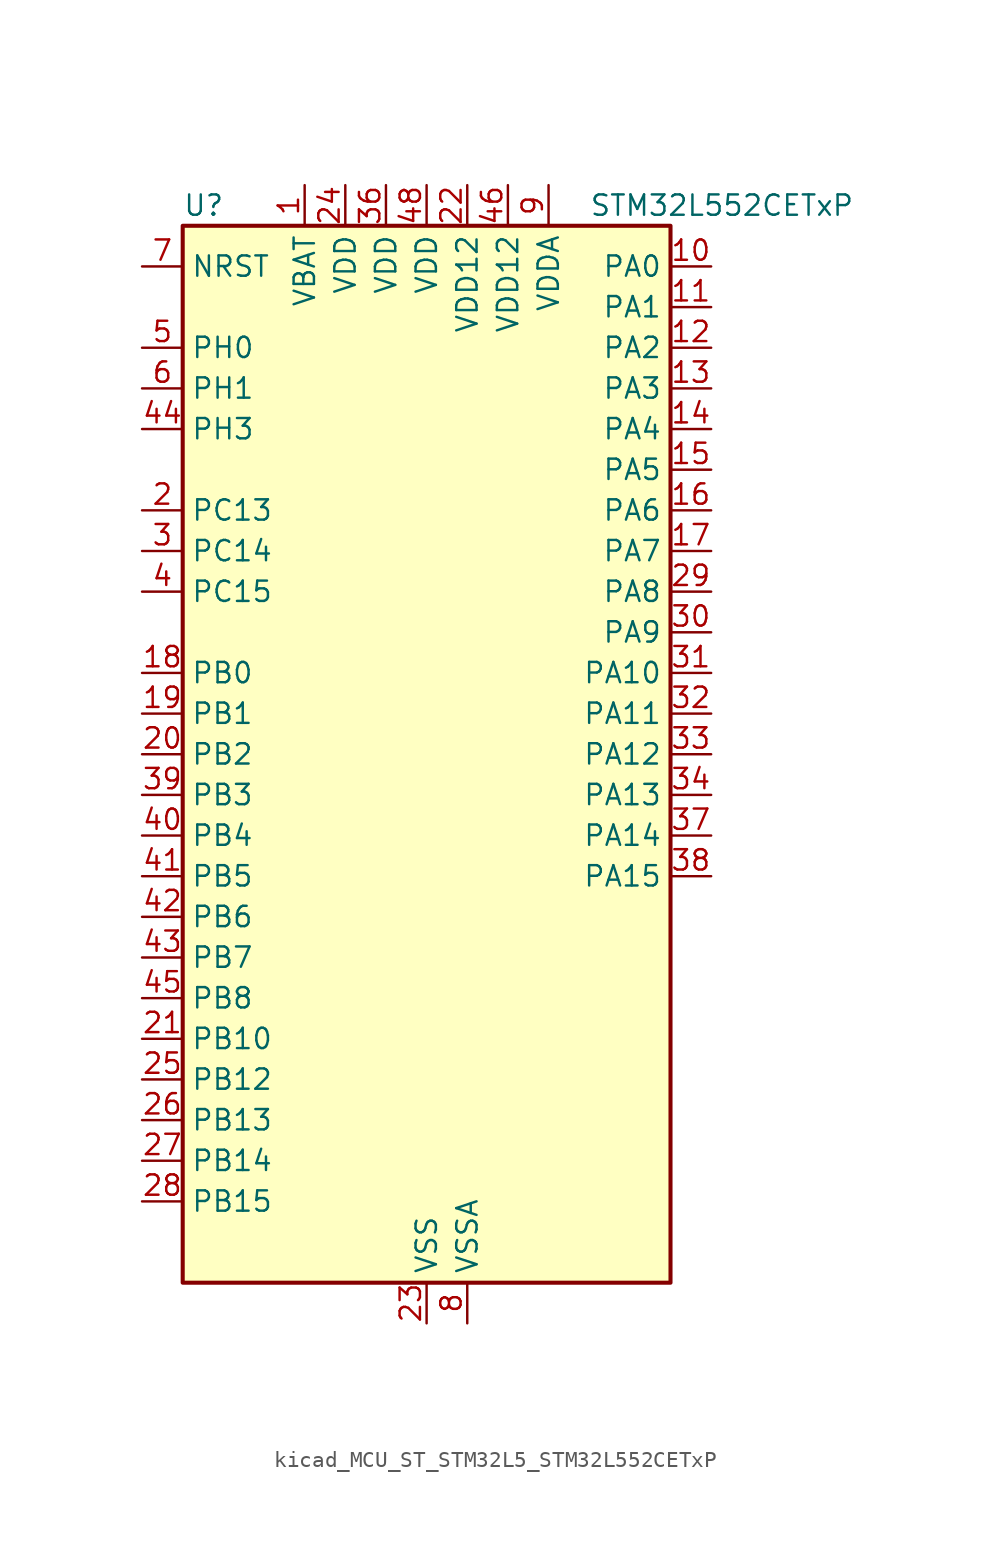
<source format=kicad_sym>
(kicad_symbol_lib
  (version 20220914)
  (generator kicad_symbol_editor)
  (symbol "kicad_MCU_ST_STM32L5_STM32L552CETxP"
    (property "Reference" "U"
      (at -15.24 34.29 0)
      (effects (font (size 1.27 1.27)) (justify left)))
    (property "Value" "STM32L552CETxP"
      (at 10.16 34.29 0)
      (effects (font (size 1.27 1.27)) (justify left)))
    (property "ki_locked" ""
      (at 0 0 0)
      (effects (font (size 1.27 1.27))))
    (symbol "kicad_MCU_ST_STM32L5_STM32L552CETxP_0_1"
      (rectangle (start -15.24 -33.02) (end 15.24 33.02) (stroke (width 0.254) (type default)) (fill (type background))))
    (symbol "kicad_MCU_ST_STM32L5_STM32L552CETxP_1_1"
      (pin power_in line (at -7.62 35.56 270) (length 2.54) (name "VBAT" (effects (font (size 1.27 1.27)))) (number "1" (effects (font (size 1.27 1.27)))))
      (pin bidirectional line (at 17.78 30.48 180) (length 2.54) (name "PA0" (effects (font (size 1.27 1.27)))) (number "10" (effects (font (size 1.27 1.27)))) (alternate "ADC1_IN5" bidirectional line) (alternate "ADC2_IN5" bidirectional line) (alternate "OPAMP1_VINP" bidirectional line) (alternate "PWR_WKUP1" bidirectional line) (alternate "SAI1_EXTCLK" bidirectional line) (alternate "TAMP_IN2" bidirectional line) (alternate "TAMP_OUT1" bidirectional line) (alternate "TIM2_CH1" bidirectional line) (alternate "TIM2_ETR" bidirectional line) (alternate "TIM5_CH1" bidirectional line) (alternate "TIM8_ETR" bidirectional line) (alternate "UART4_TX" bidirectional line) (alternate "USART2_CTS" bidirectional line) (alternate "USART2_NSS" bidirectional line))
      (pin bidirectional line (at 17.78 27.94 180) (length 2.54) (name "PA1" (effects (font (size 1.27 1.27)))) (number "11" (effects (font (size 1.27 1.27)))) (alternate "ADC1_IN6" bidirectional line) (alternate "ADC2_IN6" bidirectional line) (alternate "I2C1_SMBA" bidirectional line) (alternate "OCTOSPI1_DQS" bidirectional line) (alternate "OPAMP1_VINM" bidirectional line) (alternate "SPI1_SCK" bidirectional line) (alternate "TAMP_IN5" bidirectional line) (alternate "TAMP_OUT4" bidirectional line) (alternate "TIM15_CH1N" bidirectional line) (alternate "TIM2_CH2" bidirectional line) (alternate "TIM5_CH2" bidirectional line) (alternate "UART4_RX" bidirectional line) (alternate "USART2_DE" bidirectional line) (alternate "USART2_RTS" bidirectional line))
      (pin bidirectional line (at 17.78 25.4 180) (length 2.54) (name "PA2" (effects (font (size 1.27 1.27)))) (number "12" (effects (font (size 1.27 1.27)))) (alternate "ADC1_IN7" bidirectional line) (alternate "ADC2_IN7" bidirectional line) (alternate "COMP1_INP" bidirectional line) (alternate "LPUART1_TX" bidirectional line) (alternate "OCTOSPI1_NCS" bidirectional line) (alternate "PWR_WKUP4" bidirectional line) (alternate "RCC_LSCO" bidirectional line) (alternate "SAI2_EXTCLK" bidirectional line) (alternate "TIM15_CH1" bidirectional line) (alternate "TIM2_CH3" bidirectional line) (alternate "TIM5_CH3" bidirectional line) (alternate "UCPD1_FRSTX1" bidirectional line) (alternate "USART2_TX" bidirectional line))
      (pin bidirectional line (at 17.78 22.86 180) (length 2.54) (name "PA3" (effects (font (size 1.27 1.27)))) (number "13" (effects (font (size 1.27 1.27)))) (alternate "ADC1_IN8" bidirectional line) (alternate "ADC2_IN8" bidirectional line) (alternate "LPUART1_RX" bidirectional line) (alternate "OCTOSPI1_CLK" bidirectional line) (alternate "OPAMP1_VOUT" bidirectional line) (alternate "SAI1_CK1" bidirectional line) (alternate "SAI1_MCLK_A" bidirectional line) (alternate "TIM15_CH2" bidirectional line) (alternate "TIM2_CH4" bidirectional line) (alternate "TIM5_CH4" bidirectional line) (alternate "USART2_RX" bidirectional line))
      (pin bidirectional line (at 17.78 20.32 180) (length 2.54) (name "PA4" (effects (font (size 1.27 1.27)))) (number "14" (effects (font (size 1.27 1.27)))) (alternate "ADC1_IN9" bidirectional line) (alternate "ADC2_IN9" bidirectional line) (alternate "DAC1_OUT1" bidirectional line) (alternate "LPTIM2_OUT" bidirectional line) (alternate "OCTOSPI1_NCS" bidirectional line) (alternate "SAI1_FS_B" bidirectional line) (alternate "SPI1_NSS" bidirectional line) (alternate "SPI3_NSS" bidirectional line) (alternate "USART2_CK" bidirectional line))
      (pin bidirectional line (at 17.78 17.78 180) (length 2.54) (name "PA5" (effects (font (size 1.27 1.27)))) (number "15" (effects (font (size 1.27 1.27)))) (alternate "ADC1_IN10" bidirectional line) (alternate "ADC2_IN10" bidirectional line) (alternate "DAC1_OUT2" bidirectional line) (alternate "LPTIM2_ETR" bidirectional line) (alternate "SPI1_SCK" bidirectional line) (alternate "TIM2_CH1" bidirectional line) (alternate "TIM2_ETR" bidirectional line) (alternate "TIM8_CH1N" bidirectional line))
      (pin bidirectional line (at 17.78 15.24 180) (length 2.54) (name "PA6" (effects (font (size 1.27 1.27)))) (number "16" (effects (font (size 1.27 1.27)))) (alternate "ADC1_IN11" bidirectional line) (alternate "ADC2_IN11" bidirectional line) (alternate "LPUART1_CTS" bidirectional line) (alternate "OCTOSPI1_IO3" bidirectional line) (alternate "OPAMP2_VINP" bidirectional line) (alternate "SPI1_MISO" bidirectional line) (alternate "TIM16_CH1" bidirectional line) (alternate "TIM1_BKIN" bidirectional line) (alternate "TIM3_CH1" bidirectional line) (alternate "TIM8_BKIN" bidirectional line) (alternate "USART3_CTS" bidirectional line) (alternate "USART3_NSS" bidirectional line))
      (pin bidirectional line (at 17.78 12.7 180) (length 2.54) (name "PA7" (effects (font (size 1.27 1.27)))) (number "17" (effects (font (size 1.27 1.27)))) (alternate "ADC1_IN12" bidirectional line) (alternate "ADC2_IN12" bidirectional line) (alternate "I2C3_SCL" bidirectional line) (alternate "OCTOSPI1_IO2" bidirectional line) (alternate "OPAMP2_VINM" bidirectional line) (alternate "SPI1_MOSI" bidirectional line) (alternate "TIM17_CH1" bidirectional line) (alternate "TIM1_CH1N" bidirectional line) (alternate "TIM3_CH2" bidirectional line) (alternate "TIM8_CH1N" bidirectional line))
      (pin bidirectional line (at -17.78 5.08 0) (length 2.54) (name "PB0" (effects (font (size 1.27 1.27)))) (number "18" (effects (font (size 1.27 1.27)))) (alternate "ADC1_IN15" bidirectional line) (alternate "ADC2_IN15" bidirectional line) (alternate "COMP1_OUT" bidirectional line) (alternate "OCTOSPI1_IO1" bidirectional line) (alternate "OPAMP2_VOUT" bidirectional line) (alternate "SAI1_EXTCLK" bidirectional line) (alternate "SPI1_NSS" bidirectional line) (alternate "TIM1_CH2N" bidirectional line) (alternate "TIM3_CH3" bidirectional line) (alternate "TIM8_CH2N" bidirectional line) (alternate "USART3_CK" bidirectional line))
      (pin bidirectional line (at -17.78 2.54 0) (length 2.54) (name "PB1" (effects (font (size 1.27 1.27)))) (number "19" (effects (font (size 1.27 1.27)))) (alternate "ADC1_IN16" bidirectional line) (alternate "ADC2_IN16" bidirectional line) (alternate "COMP1_INM" bidirectional line) (alternate "DFSDM1_DATIN0" bidirectional line) (alternate "LPTIM2_IN1" bidirectional line) (alternate "LPUART1_DE" bidirectional line) (alternate "LPUART1_RTS" bidirectional line) (alternate "OCTOSPI1_IO0" bidirectional line) (alternate "TIM1_CH3N" bidirectional line) (alternate "TIM3_CH4" bidirectional line) (alternate "TIM8_CH3N" bidirectional line) (alternate "USART3_DE" bidirectional line) (alternate "USART3_RTS" bidirectional line))
      (pin bidirectional line (at -17.78 15.24 0) (length 2.54) (name "PC13" (effects (font (size 1.27 1.27)))) (number "2" (effects (font (size 1.27 1.27)))) (alternate "PWR_WKUP2" bidirectional line) (alternate "RTC_OUT1" bidirectional line) (alternate "RTC_TS" bidirectional line) (alternate "TAMP_IN1" bidirectional line) (alternate "TAMP_OUT2" bidirectional line))
      (pin bidirectional line (at -17.78 0 0) (length 2.54) (name "PB2" (effects (font (size 1.27 1.27)))) (number "20" (effects (font (size 1.27 1.27)))) (alternate "COMP1_INP" bidirectional line) (alternate "DFSDM1_CKIN0" bidirectional line) (alternate "I2C3_SMBA" bidirectional line) (alternate "LPTIM1_OUT" bidirectional line) (alternate "OCTOSPI1_DQS" bidirectional line) (alternate "RTC_OUT2" bidirectional line) (alternate "UCPD1_FRSTX1" bidirectional line))
      (pin bidirectional line (at -17.78 -17.78 0) (length 2.54) (name "PB10" (effects (font (size 1.27 1.27)))) (number "21" (effects (font (size 1.27 1.27)))) (alternate "COMP1_OUT" bidirectional line) (alternate "I2C2_SCL" bidirectional line) (alternate "I2C4_SCL" bidirectional line) (alternate "LPTIM3_OUT" bidirectional line) (alternate "LPUART1_RX" bidirectional line) (alternate "OCTOSPI1_CLK" bidirectional line) (alternate "SAI1_SCK_A" bidirectional line) (alternate "SPI2_SCK" bidirectional line) (alternate "TIM2_CH3" bidirectional line) (alternate "TSC_SYNC" bidirectional line) (alternate "USART3_TX" bidirectional line))
      (pin power_in line (at 2.54 35.56 270) (length 2.54) (name "VDD12" (effects (font (size 1.27 1.27)))) (number "22" (effects (font (size 1.27 1.27)))))
      (pin power_in line (at 0 -35.56 90) (length 2.54) (name "VSS" (effects (font (size 1.27 1.27)))) (number "23" (effects (font (size 1.27 1.27)))))
      (pin power_in line (at -5.08 35.56 270) (length 2.54) (name "VDD" (effects (font (size 1.27 1.27)))) (number "24" (effects (font (size 1.27 1.27)))))
      (pin bidirectional line (at -17.78 -20.32 0) (length 2.54) (name "PB12" (effects (font (size 1.27 1.27)))) (number "25" (effects (font (size 1.27 1.27)))) (alternate "DFSDM1_DATIN1" bidirectional line) (alternate "I2C2_SMBA" bidirectional line) (alternate "LPUART1_DE" bidirectional line) (alternate "LPUART1_RTS" bidirectional line) (alternate "OCTOSPI1_NCLK" bidirectional line) (alternate "SAI2_FS_A" bidirectional line) (alternate "SPI2_NSS" bidirectional line) (alternate "TIM15_BKIN" bidirectional line) (alternate "TIM1_BKIN" bidirectional line) (alternate "TSC_G1_IO1" bidirectional line) (alternate "USART3_CK" bidirectional line))
      (pin bidirectional line (at -17.78 -22.86 0) (length 2.54) (name "PB13" (effects (font (size 1.27 1.27)))) (number "26" (effects (font (size 1.27 1.27)))) (alternate "DFSDM1_CKIN1" bidirectional line) (alternate "I2C2_SCL" bidirectional line) (alternate "LPTIM3_IN1" bidirectional line) (alternate "LPUART1_CTS" bidirectional line) (alternate "SAI2_SCK_A" bidirectional line) (alternate "SPI2_SCK" bidirectional line) (alternate "TIM15_CH1N" bidirectional line) (alternate "TIM1_CH1N" bidirectional line) (alternate "TSC_G1_IO2" bidirectional line) (alternate "UCPD1_FRSTX2" bidirectional line) (alternate "USART3_CTS" bidirectional line) (alternate "USART3_NSS" bidirectional line))
      (pin bidirectional line (at -17.78 -25.4 0) (length 2.54) (name "PB14" (effects (font (size 1.27 1.27)))) (number "27" (effects (font (size 1.27 1.27)))) (alternate "DFSDM1_DATIN2" bidirectional line) (alternate "I2C2_SDA" bidirectional line) (alternate "LPTIM3_ETR" bidirectional line) (alternate "SAI2_MCLK_A" bidirectional line) (alternate "SPI2_MISO" bidirectional line) (alternate "TIM15_CH1" bidirectional line) (alternate "TIM1_CH2N" bidirectional line) (alternate "TIM8_CH2N" bidirectional line) (alternate "TSC_G1_IO3" bidirectional line) (alternate "UCPD1_DBCC2" bidirectional line) (alternate "USART3_DE" bidirectional line) (alternate "USART3_RTS" bidirectional line))
      (pin bidirectional line (at -17.78 -27.94 0) (length 2.54) (name "PB15" (effects (font (size 1.27 1.27)))) (number "28" (effects (font (size 1.27 1.27)))) (alternate "ADC1_EXTI15" bidirectional line) (alternate "ADC2_EXTI15" bidirectional line) (alternate "DFSDM1_CKIN2" bidirectional line) (alternate "RTC_REFIN" bidirectional line) (alternate "SAI2_SD_A" bidirectional line) (alternate "SPI2_MOSI" bidirectional line) (alternate "TIM15_CH2" bidirectional line) (alternate "TIM1_CH3N" bidirectional line) (alternate "TIM8_CH3N" bidirectional line) (alternate "UCPD1_CC2" bidirectional line))
      (pin bidirectional line (at 17.78 10.16 180) (length 2.54) (name "PA8" (effects (font (size 1.27 1.27)))) (number "29" (effects (font (size 1.27 1.27)))) (alternate "LPTIM2_OUT" bidirectional line) (alternate "RCC_MCO" bidirectional line) (alternate "SAI1_CK2" bidirectional line) (alternate "SAI1_SCK_A" bidirectional line) (alternate "TIM1_CH1" bidirectional line) (alternate "USART1_CK" bidirectional line))
      (pin bidirectional line (at -17.78 12.7 0) (length 2.54) (name "PC14" (effects (font (size 1.27 1.27)))) (number "3" (effects (font (size 1.27 1.27)))) (alternate "RCC_OSC32_IN" bidirectional line))
      (pin bidirectional line (at 17.78 7.62 180) (length 2.54) (name "PA9" (effects (font (size 1.27 1.27)))) (number "30" (effects (font (size 1.27 1.27)))) (alternate "DAC1_EXTI9" bidirectional line) (alternate "SAI1_FS_A" bidirectional line) (alternate "SPI2_SCK" bidirectional line) (alternate "TIM15_BKIN" bidirectional line) (alternate "TIM1_CH2" bidirectional line) (alternate "USART1_TX" bidirectional line))
      (pin bidirectional line (at 17.78 5.08 180) (length 2.54) (name "PA10" (effects (font (size 1.27 1.27)))) (number "31" (effects (font (size 1.27 1.27)))) (alternate "CRS_SYNC" bidirectional line) (alternate "SAI1_D1" bidirectional line) (alternate "SAI1_SD_A" bidirectional line) (alternate "TIM17_BKIN" bidirectional line) (alternate "TIM1_CH3" bidirectional line) (alternate "USART1_RX" bidirectional line))
      (pin bidirectional line (at 17.78 2.54 180) (length 2.54) (name "PA11" (effects (font (size 1.27 1.27)))) (number "32" (effects (font (size 1.27 1.27)))) (alternate "ADC1_EXTI11" bidirectional line) (alternate "ADC2_EXTI11" bidirectional line) (alternate "FDCAN1_RX" bidirectional line) (alternate "SPI1_MISO" bidirectional line) (alternate "TIM1_BKIN2" bidirectional line) (alternate "TIM1_CH4" bidirectional line) (alternate "USART1_CTS" bidirectional line) (alternate "USART1_NSS" bidirectional line) (alternate "USB_DM" bidirectional line))
      (pin bidirectional line (at 17.78 0 180) (length 2.54) (name "PA12" (effects (font (size 1.27 1.27)))) (number "33" (effects (font (size 1.27 1.27)))) (alternate "FDCAN1_TX" bidirectional line) (alternate "SPI1_MOSI" bidirectional line) (alternate "TIM1_ETR" bidirectional line) (alternate "USART1_DE" bidirectional line) (alternate "USART1_RTS" bidirectional line) (alternate "USB_DP" bidirectional line))
      (pin bidirectional line (at 17.78 -2.54 180) (length 2.54) (name "PA13" (effects (font (size 1.27 1.27)))) (number "34" (effects (font (size 1.27 1.27)))) (alternate "DEBUG_JTMS-SWDIO" bidirectional line) (alternate "IR_OUT" bidirectional line) (alternate "SAI1_SD_B" bidirectional line) (alternate "USB_NOE" bidirectional line))
      (pin passive line (at 0 -35.56 90) (length 2.54) hide (name "VSS" (effects (font (size 1.27 1.27)))) (number "35" (effects (font (size 1.27 1.27)))))
      (pin power_in line (at -2.54 35.56 270) (length 2.54) (name "VDD" (effects (font (size 1.27 1.27)))) (number "36" (effects (font (size 1.27 1.27)))))
      (pin bidirectional line (at 17.78 -5.08 180) (length 2.54) (name "PA14" (effects (font (size 1.27 1.27)))) (number "37" (effects (font (size 1.27 1.27)))) (alternate "DEBUG_JTCK-SWCLK" bidirectional line) (alternate "I2C1_SMBA" bidirectional line) (alternate "I2C4_SMBA" bidirectional line) (alternate "LPTIM1_OUT" bidirectional line) (alternate "SAI1_FS_B" bidirectional line))
      (pin bidirectional line (at 17.78 -7.62 180) (length 2.54) (name "PA15" (effects (font (size 1.27 1.27)))) (number "38" (effects (font (size 1.27 1.27)))) (alternate "ADC1_EXTI15" bidirectional line) (alternate "ADC2_EXTI15" bidirectional line) (alternate "DEBUG_JTDI" bidirectional line) (alternate "SAI2_FS_B" bidirectional line) (alternate "SPI1_NSS" bidirectional line) (alternate "SPI3_NSS" bidirectional line) (alternate "TIM2_CH1" bidirectional line) (alternate "TIM2_ETR" bidirectional line) (alternate "UART4_DE" bidirectional line) (alternate "UART4_RTS" bidirectional line) (alternate "UCPD1_CC1" bidirectional line) (alternate "USART2_RX" bidirectional line) (alternate "USART3_DE" bidirectional line) (alternate "USART3_RTS" bidirectional line))
      (pin bidirectional line (at -17.78 -2.54 0) (length 2.54) (name "PB3" (effects (font (size 1.27 1.27)))) (number "39" (effects (font (size 1.27 1.27)))) (alternate "COMP2_INM" bidirectional line) (alternate "CRS_SYNC" bidirectional line) (alternate "DEBUG_JTDO-SWO" bidirectional line) (alternate "SAI1_SCK_B" bidirectional line) (alternate "SPI1_SCK" bidirectional line) (alternate "SPI3_SCK" bidirectional line) (alternate "TIM2_CH2" bidirectional line) (alternate "USART1_DE" bidirectional line) (alternate "USART1_RTS" bidirectional line))
      (pin bidirectional line (at -17.78 10.16 0) (length 2.54) (name "PC15" (effects (font (size 1.27 1.27)))) (number "4" (effects (font (size 1.27 1.27)))) (alternate "ADC1_EXTI15" bidirectional line) (alternate "ADC2_EXTI15" bidirectional line) (alternate "RCC_OSC32_OUT" bidirectional line))
      (pin bidirectional line (at -17.78 -5.08 0) (length 2.54) (name "PB4" (effects (font (size 1.27 1.27)))) (number "40" (effects (font (size 1.27 1.27)))) (alternate "COMP2_INP" bidirectional line) (alternate "DEBUG_JTRST" bidirectional line) (alternate "I2C3_SDA" bidirectional line) (alternate "SAI1_MCLK_B" bidirectional line) (alternate "SPI1_MISO" bidirectional line) (alternate "SPI3_MISO" bidirectional line) (alternate "TIM17_BKIN" bidirectional line) (alternate "TIM3_CH1" bidirectional line) (alternate "TSC_G2_IO1" bidirectional line) (alternate "USART1_CTS" bidirectional line) (alternate "USART1_NSS" bidirectional line))
      (pin bidirectional line (at -17.78 -7.62 0) (length 2.54) (name "PB5" (effects (font (size 1.27 1.27)))) (number "41" (effects (font (size 1.27 1.27)))) (alternate "COMP2_OUT" bidirectional line) (alternate "I2C1_SMBA" bidirectional line) (alternate "LPTIM1_IN1" bidirectional line) (alternate "OCTOSPI1_NCLK" bidirectional line) (alternate "SAI1_SD_B" bidirectional line) (alternate "SPI1_MOSI" bidirectional line) (alternate "SPI3_MOSI" bidirectional line) (alternate "TIM16_BKIN" bidirectional line) (alternate "TIM3_CH2" bidirectional line) (alternate "TSC_G2_IO2" bidirectional line) (alternate "UCPD1_DBCC1" bidirectional line) (alternate "USART1_CK" bidirectional line))
      (pin bidirectional line (at -17.78 -10.16 0) (length 2.54) (name "PB6" (effects (font (size 1.27 1.27)))) (number "42" (effects (font (size 1.27 1.27)))) (alternate "COMP2_INP" bidirectional line) (alternate "I2C1_SCL" bidirectional line) (alternate "I2C4_SCL" bidirectional line) (alternate "LPTIM1_ETR" bidirectional line) (alternate "SAI1_FS_B" bidirectional line) (alternate "TIM16_CH1N" bidirectional line) (alternate "TIM4_CH1" bidirectional line) (alternate "TIM8_BKIN2" bidirectional line) (alternate "TSC_G2_IO3" bidirectional line) (alternate "USART1_TX" bidirectional line))
      (pin bidirectional line (at -17.78 -12.7 0) (length 2.54) (name "PB7" (effects (font (size 1.27 1.27)))) (number "43" (effects (font (size 1.27 1.27)))) (alternate "COMP2_INM" bidirectional line) (alternate "I2C1_SDA" bidirectional line) (alternate "I2C4_SDA" bidirectional line) (alternate "LPTIM1_IN2" bidirectional line) (alternate "PWR_PVD_IN" bidirectional line) (alternate "TIM17_CH1N" bidirectional line) (alternate "TIM4_CH2" bidirectional line) (alternate "TIM8_BKIN" bidirectional line) (alternate "TSC_G2_IO4" bidirectional line) (alternate "UART4_CTS" bidirectional line) (alternate "USART1_RX" bidirectional line))
      (pin bidirectional line (at -17.78 20.32 0) (length 2.54) (name "PH3" (effects (font (size 1.27 1.27)))) (number "44" (effects (font (size 1.27 1.27)))))
      (pin bidirectional line (at -17.78 -15.24 0) (length 2.54) (name "PB8" (effects (font (size 1.27 1.27)))) (number "45" (effects (font (size 1.27 1.27)))) (alternate "DFSDM1_CKOUT" bidirectional line) (alternate "FDCAN1_RX" bidirectional line) (alternate "I2C1_SCL" bidirectional line) (alternate "SAI1_CK1" bidirectional line) (alternate "SAI1_MCLK_A" bidirectional line) (alternate "TIM16_CH1" bidirectional line) (alternate "TIM4_CH3" bidirectional line))
      (pin power_in line (at 5.08 35.56 270) (length 2.54) (name "VDD12" (effects (font (size 1.27 1.27)))) (number "46" (effects (font (size 1.27 1.27)))))
      (pin passive line (at 0 -35.56 90) (length 2.54) hide (name "VSS" (effects (font (size 1.27 1.27)))) (number "47" (effects (font (size 1.27 1.27)))))
      (pin power_in line (at 0 35.56 270) (length 2.54) (name "VDD" (effects (font (size 1.27 1.27)))) (number "48" (effects (font (size 1.27 1.27)))))
      (pin bidirectional line (at -17.78 25.4 0) (length 2.54) (name "PH0" (effects (font (size 1.27 1.27)))) (number "5" (effects (font (size 1.27 1.27)))) (alternate "RCC_OSC_IN" bidirectional line))
      (pin bidirectional line (at -17.78 22.86 0) (length 2.54) (name "PH1" (effects (font (size 1.27 1.27)))) (number "6" (effects (font (size 1.27 1.27)))) (alternate "RCC_OSC_OUT" bidirectional line))
      (pin input line (at -17.78 30.48 0) (length 2.54) (name "NRST" (effects (font (size 1.27 1.27)))) (number "7" (effects (font (size 1.27 1.27)))))
      (pin power_in line (at 2.54 -35.56 90) (length 2.54) (name "VSSA" (effects (font (size 1.27 1.27)))) (number "8" (effects (font (size 1.27 1.27)))))
      (pin power_in line (at 7.62 35.56 270) (length 2.54) (name "VDDA" (effects (font (size 1.27 1.27)))) (number "9" (effects (font (size 1.27 1.27))))))))
</source>
